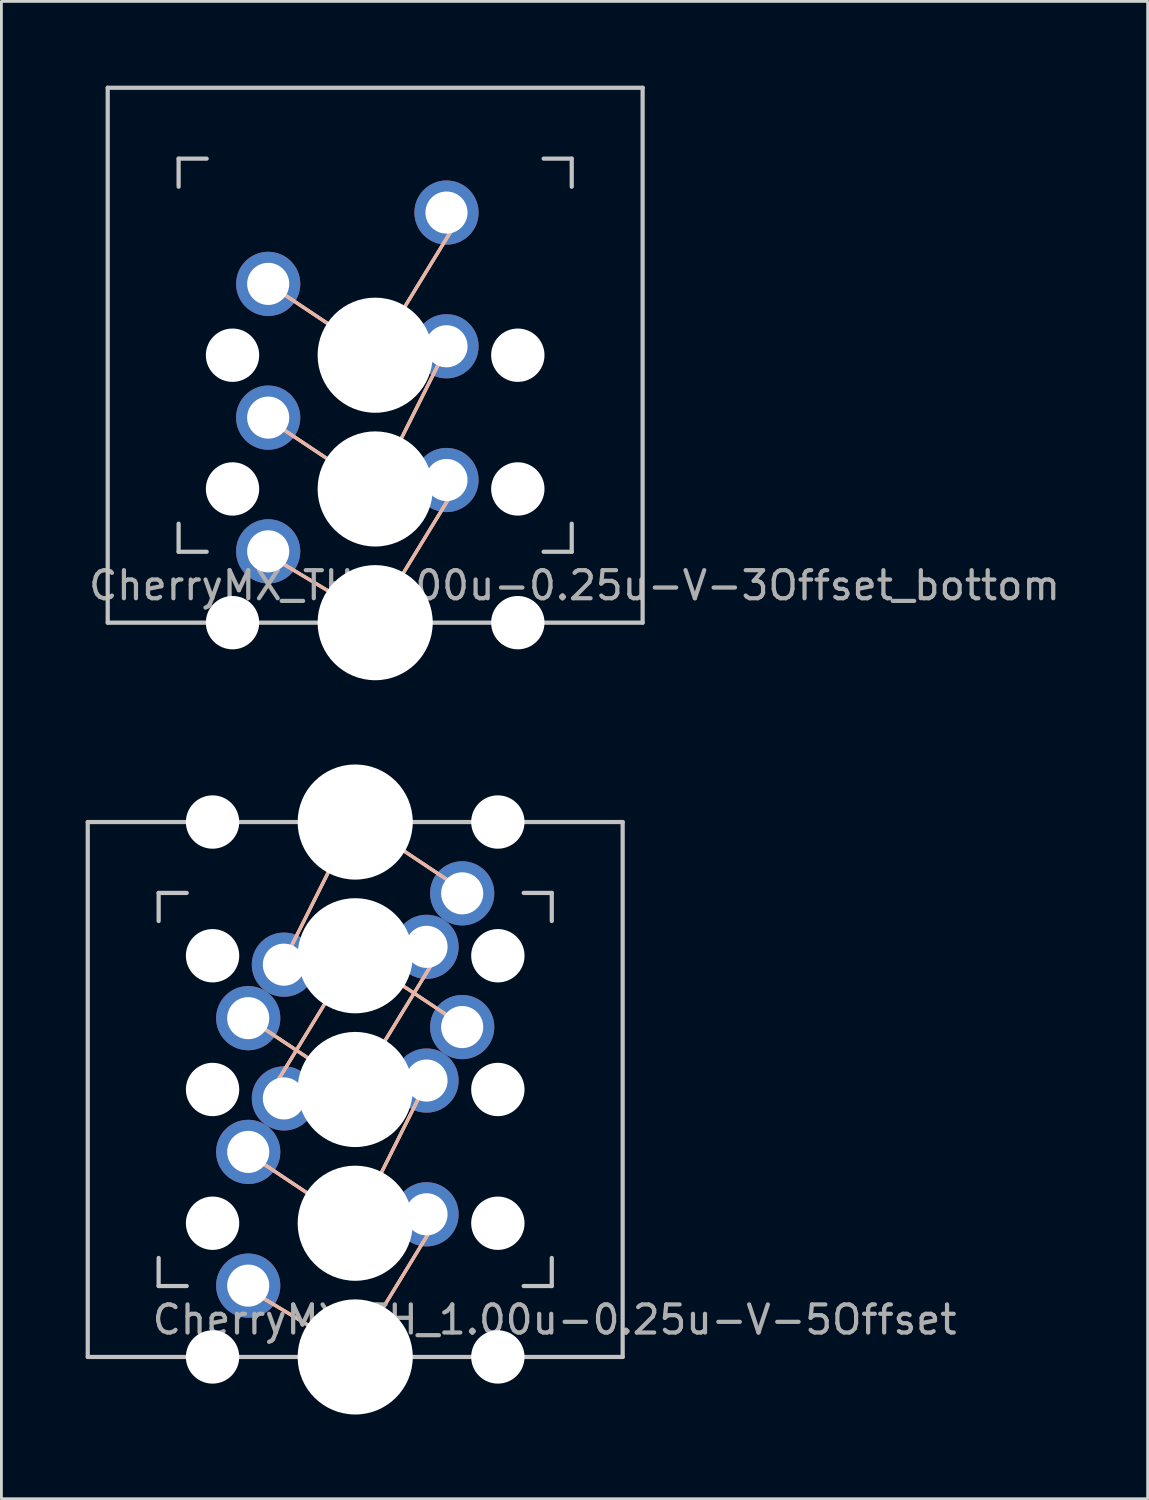
<source format=kicad_pcb>
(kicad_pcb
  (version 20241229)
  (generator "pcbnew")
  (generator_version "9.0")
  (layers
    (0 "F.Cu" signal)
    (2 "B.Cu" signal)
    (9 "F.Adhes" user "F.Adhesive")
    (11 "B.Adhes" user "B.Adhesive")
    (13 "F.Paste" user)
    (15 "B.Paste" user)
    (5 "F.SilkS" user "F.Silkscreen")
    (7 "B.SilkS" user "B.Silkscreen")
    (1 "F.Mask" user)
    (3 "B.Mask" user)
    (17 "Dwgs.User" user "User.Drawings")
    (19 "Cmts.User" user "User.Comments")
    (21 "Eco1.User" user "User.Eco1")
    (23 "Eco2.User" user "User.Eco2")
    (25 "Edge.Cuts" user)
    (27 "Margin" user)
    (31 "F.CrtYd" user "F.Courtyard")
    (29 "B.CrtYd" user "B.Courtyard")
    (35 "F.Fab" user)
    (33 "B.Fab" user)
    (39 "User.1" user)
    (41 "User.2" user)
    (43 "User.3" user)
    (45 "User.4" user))
  (footprint "CherryMX_TH_1.00u-0.25u-V-3Offset_bottom"
    (layer "F.Cu")
    (at 10.311 9.6)
    (property "Reference" "CherryMX_TH_1.00u-0.25u-V-3Offset_bottom" (at 7.1 8.2 0) (layer "F.Fab") (effects (font (size 1 1) (thickness 0.15))))
    (attr through_hole)
    (fp_line (start -3.81 -2.54) (end 0 0) (stroke (width 0.12) (type solid)) (layer "F.SilkS"))
    (fp_line (start 0 4.826) (end -3.81 2.286) (stroke (width 0.12) (type solid)) (layer "F.SilkS"))
    (fp_line (start 0 4.826) (end 2.54 -0.254) (stroke (width 0.12) (type solid)) (layer "F.SilkS"))
    (fp_line (start 0 9.398) (end -3.81 7.112) (stroke (width 0.12) (type solid)) (layer "F.SilkS"))
    (fp_line (start 0 9.398) (end 2.794 4.826) (stroke (width 0.12) (type solid)) (layer "F.SilkS"))
    (fp_line (start 2.794 -4.572) (end 0 0) (stroke (width 0.12) (type solid)) (layer "F.SilkS"))
    (fp_line (start -3.81 -2.54) (end 0 0) (stroke (width 0.12) (type solid)) (layer "B.SilkS"))
    (fp_line (start 0 4.826) (end -3.81 2.286) (stroke (width 0.12) (type solid)) (layer "B.SilkS"))
    (fp_line (start 0 9.398) (end -3.81 7.112) (stroke (width 0.12) (type solid)) (layer "B.SilkS"))
    (fp_line (start 0 9.398) (end 2.794 4.826) (stroke (width 0.12) (type solid)) (layer "B.SilkS"))
    (fp_line (start 2.54 -0.254) (end 0 4.826) (stroke (width 0.12) (type solid)) (layer "B.SilkS"))
    (fp_line (start 2.794 -4.572) (end 0 0) (stroke (width 0.12) (type solid)) (layer "B.SilkS"))
    (fp_line (start -9.525 -9.525) (end 9.525 -9.525) (stroke (width 0.15) (type solid)) (layer "Dwgs.User"))
    (fp_line (start -9.525 9.525) (end -9.525 -9.525) (stroke (width 0.15) (type solid)) (layer "Dwgs.User"))
    (fp_line (start -7 -7) (end -6 -7) (stroke (width 0.15) (type solid)) (layer "Dwgs.User"))
    (fp_line (start -7 -6) (end -7 -7) (stroke (width 0.15) (type solid)) (layer "Dwgs.User"))
    (fp_line (start -7 6) (end -7 7) (stroke (width 0.15) (type solid)) (layer "Dwgs.User"))
    (fp_line (start -7 7) (end -6 7) (stroke (width 0.15) (type solid)) (layer "Dwgs.User"))
    (fp_line (start 6 7) (end 7 7) (stroke (width 0.15) (type solid)) (layer "Dwgs.User"))
    (fp_line (start 7 -7) (end 6 -7) (stroke (width 0.15) (type solid)) (layer "Dwgs.User"))
    (fp_line (start 7 -7) (end 7 -6) (stroke (width 0.15) (type solid)) (layer "Dwgs.User"))
    (fp_line (start 7 7) (end 7 6) (stroke (width 0.15) (type solid)) (layer "Dwgs.User"))
    (fp_line (start 9.525 -9.525) (end 9.525 9.525) (stroke (width 0.15) (type solid)) (layer "Dwgs.User"))
    (fp_line (start 9.525 9.525) (end -9.525 9.525) (stroke (width 0.15) (type solid)) (layer "Dwgs.User"))
    (pad "" np_thru_hole circle (at -5.08 0) (size 1.9 1.9) (drill 1.9) (layers "*.Cu" "*.Mask"))
    (pad "" np_thru_hole circle (at -5.08 4.763) (size 1.9 1.9) (drill 1.9) (layers "*.Cu" "*.Mask"))
    (pad "" np_thru_hole circle (at -5.08 9.525) (size 1.9 1.9) (drill 1.9) (layers "*.Cu" "*.Mask"))
    (pad "" np_thru_hole circle (at 0 0 90) (size 4.1 4.1) (drill 4.1) (layers "*.Cu" "*.Mask"))
    (pad "" np_thru_hole circle (at 0 4.763 90) (size 4.1 4.1) (drill 4.1) (layers "*.Cu" "*.Mask"))
    (pad "" np_thru_hole circle (at 0 9.525 90) (size 4.1 4.1) (drill 4.1) (layers "*.Cu" "*.Mask"))
    (pad "" np_thru_hole circle (at 5.08 0) (size 1.9 1.9) (drill 1.9) (layers "*.Cu" "*.Mask"))
    (pad "" np_thru_hole circle (at 5.08 4.763) (size 1.9 1.9) (drill 1.9) (layers "*.Cu" "*.Mask"))
    (pad "" np_thru_hole circle (at 5.08 9.525) (size 1.9 1.9) (drill 1.9) (layers "*.Cu" "*.Mask"))
    (pad "1" thru_hole circle (at -3.81 -2.54) (size 2.286 2.286) (drill 1.499) (layers "*.Cu" "B.Mask"))
    (pad "1" thru_hole circle (at -3.81 2.223) (size 2.286 2.286) (drill 1.499) (layers "*.Cu" "B.Mask"))
    (pad "1" thru_hole circle (at -3.81 6.985) (size 2.286 2.286) (drill 1.499) (layers "*.Cu" "B.Mask"))
    (pad "2" thru_hole circle (at 2.54 -5.08) (size 2.286 2.286) (drill 1.499) (layers "*.Cu" "B.Mask"))
    (pad "2" thru_hole circle (at 2.54 -0.318) (size 2.286 2.286) (drill 1.499) (layers "*.Cu" "B.Mask"))
    (pad "2" thru_hole circle (at 2.54 4.445) (size 2.286 2.286) (drill 1.499) (layers "*.Cu" "B.Mask")))
  (footprint "CherryMX_TH_1.00u-0.25u-V-5Offset"
    (layer "F.Cu")
    (at 9.6 35.75)
    (property "Reference" "CherryMX_TH_1.00u-0.25u-V-5Offset" (at 7.1 8.2 0) (layer "F.Fab") (effects (font (size 1 1) (thickness 0.15))))
    (attr through_hole)
    (fp_line (start -3.81 -2.54) (end 0 0) (stroke (width 0.12) (type solid)) (layer "F.SilkS"))
    (fp_line (start -2.54 -4.572) (end 0 -9.652) (stroke (width 0.12) (type solid)) (layer "F.SilkS"))
    (fp_line (start 0 -4.826) (end -2.794 -0.254) (stroke (width 0.12) (type solid)) (layer "F.SilkS"))
    (fp_line (start 0 -4.826) (end 3.81 -2.286) (stroke (width 0.12) (type solid)) (layer "F.SilkS"))
    (fp_line (start 0 4.826) (end -3.81 2.286) (stroke (width 0.12) (type solid)) (layer "F.SilkS"))
    (fp_line (start 0 4.826) (end 2.54 -0.254) (stroke (width 0.12) (type solid)) (layer "F.SilkS"))
    (fp_line (start 0 9.398) (end -3.81 7.112) (stroke (width 0.12) (type solid)) (layer "F.SilkS"))
    (fp_line (start 0 9.398) (end 2.794 4.826) (stroke (width 0.12) (type solid)) (layer "F.SilkS"))
    (fp_line (start 2.794 -4.572) (end 0 0) (stroke (width 0.12) (type solid)) (layer "F.SilkS"))
    (fp_line (start 3.81 -7.112) (end 0 -9.652) (stroke (width 0.12) (type solid)) (layer "F.SilkS"))
    (fp_line (start -3.81 -2.54) (end 0 0) (stroke (width 0.12) (type solid)) (layer "B.SilkS"))
    (fp_line (start 0 -9.652) (end -2.54 -4.572) (stroke (width 0.12) (type solid)) (layer "B.SilkS"))
    (fp_line (start 0 -9.652) (end 3.81 -7.112) (stroke (width 0.12) (type solid)) (layer "B.SilkS"))
    (fp_line (start 0 -4.826) (end -2.794 -0.254) (stroke (width 0.12) (type solid)) (layer "B.SilkS"))
    (fp_line (start 0 -4.826) (end 3.81 -2.286) (stroke (width 0.12) (type solid)) (layer "B.SilkS"))
    (fp_line (start 0 4.826) (end -3.81 2.286) (stroke (width 0.12) (type solid)) (layer "B.SilkS"))
    (fp_line (start 0 9.398) (end -3.81 7.112) (stroke (width 0.12) (type solid)) (layer "B.SilkS"))
    (fp_line (start 0 9.398) (end 2.794 4.826) (stroke (width 0.12) (type solid)) (layer "B.SilkS"))
    (fp_line (start 2.54 -0.254) (end 0 4.826) (stroke (width 0.12) (type solid)) (layer "B.SilkS"))
    (fp_line (start 2.794 -4.572) (end 0 0) (stroke (width 0.12) (type solid)) (layer "B.SilkS"))
    (fp_line (start -9.525 -9.525) (end 9.525 -9.525) (stroke (width 0.15) (type solid)) (layer "Dwgs.User"))
    (fp_line (start -9.525 9.525) (end -9.525 -9.525) (stroke (width 0.15) (type solid)) (layer "Dwgs.User"))
    (fp_line (start -7 -7) (end -6 -7) (stroke (width 0.15) (type solid)) (layer "Dwgs.User"))
    (fp_line (start -7 -6) (end -7 -7) (stroke (width 0.15) (type solid)) (layer "Dwgs.User"))
    (fp_line (start -7 6) (end -7 7) (stroke (width 0.15) (type solid)) (layer "Dwgs.User"))
    (fp_line (start -7 7) (end -6 7) (stroke (width 0.15) (type solid)) (layer "Dwgs.User"))
    (fp_line (start 6 7) (end 7 7) (stroke (width 0.15) (type solid)) (layer "Dwgs.User"))
    (fp_line (start 7 -7) (end 6 -7) (stroke (width 0.15) (type solid)) (layer "Dwgs.User"))
    (fp_line (start 7 -7) (end 7 -6) (stroke (width 0.15) (type solid)) (layer "Dwgs.User"))
    (fp_line (start 7 7) (end 7 6) (stroke (width 0.15) (type solid)) (layer "Dwgs.User"))
    (fp_line (start 9.525 -9.525) (end 9.525 9.525) (stroke (width 0.15) (type solid)) (layer "Dwgs.User"))
    (fp_line (start 9.525 9.525) (end -9.525 9.525) (stroke (width 0.15) (type solid)) (layer "Dwgs.User"))
    (pad "" np_thru_hole circle (at -5.08 -9.525 180) (size 1.9 1.9) (drill 1.9) (layers "*.Cu" "*.Mask"))
    (pad "" np_thru_hole circle (at -5.08 -4.763 180) (size 1.9 1.9) (drill 1.9) (layers "*.Cu" "*.Mask"))
    (pad "" np_thru_hole circle (at -5.08 0) (size 1.9 1.9) (drill 1.9) (layers "*.Cu" "*.Mask"))
    (pad "" np_thru_hole circle (at -5.08 4.763) (size 1.9 1.9) (drill 1.9) (layers "*.Cu" "*.Mask"))
    (pad "" np_thru_hole circle (at -5.08 9.525) (size 1.9 1.9) (drill 1.9) (layers "*.Cu" "*.Mask"))
    (pad "" np_thru_hole circle (at 0 -9.525 270) (size 4.1 4.1) (drill 4.1) (layers "*.Cu" "*.Mask"))
    (pad "" np_thru_hole circle (at 0 -4.763 270) (size 4.1 4.1) (drill 4.1) (layers "*.Cu" "*.Mask"))
    (pad "" np_thru_hole circle (at 0 0 90) (size 4.1 4.1) (drill 4.1) (layers "*.Cu" "*.Mask"))
    (pad "" np_thru_hole circle (at 0 4.763 90) (size 4.1 4.1) (drill 4.1) (layers "*.Cu" "*.Mask"))
    (pad "" np_thru_hole circle (at 0 9.525 90) (size 4.1 4.1) (drill 4.1) (layers "*.Cu" "*.Mask"))
    (pad "" np_thru_hole circle (at 5.08 -9.525 180) (size 1.9 1.9) (drill 1.9) (layers "*.Cu" "*.Mask"))
    (pad "" np_thru_hole circle (at 5.08 -4.763 180) (size 1.9 1.9) (drill 1.9) (layers "*.Cu" "*.Mask"))
    (pad "" np_thru_hole circle (at 5.08 0) (size 1.9 1.9) (drill 1.9) (layers "*.Cu" "*.Mask"))
    (pad "" np_thru_hole circle (at 5.08 4.763) (size 1.9 1.9) (drill 1.9) (layers "*.Cu" "*.Mask"))
    (pad "" np_thru_hole circle (at 5.08 9.525) (size 1.9 1.9) (drill 1.9) (layers "*.Cu" "*.Mask"))
    (pad "1" thru_hole circle (at -3.81 -2.54) (size 2.286 2.286) (drill 1.499) (layers "*.Cu" "B.Mask"))
    (pad "1" thru_hole circle (at -3.81 2.223) (size 2.286 2.286) (drill 1.499) (layers "*.Cu" "B.Mask"))
    (pad "1" thru_hole circle (at -3.81 6.985) (size 2.286 2.286) (drill 1.499) (layers "*.Cu" "B.Mask"))
    (pad "1" thru_hole circle (at -2.54 -4.445 180) (size 2.286 2.286) (drill 1.499) (layers "*.Cu" "B.Mask"))
    (pad "1" thru_hole circle (at -2.54 0.318 180) (size 2.286 2.286) (drill 1.499) (layers "*.Cu" "B.Mask"))
    (pad "2" thru_hole circle (at 2.54 -5.08) (size 2.286 2.286) (drill 1.499) (layers "*.Cu" "B.Mask"))
    (pad "2" thru_hole circle (at 2.54 -0.318) (size 2.286 2.286) (drill 1.499) (layers "*.Cu" "B.Mask"))
    (pad "2" thru_hole circle (at 2.54 4.445) (size 2.286 2.286) (drill 1.499) (layers "*.Cu" "B.Mask"))
    (pad "2" thru_hole circle (at 3.81 -6.985 180) (size 2.286 2.286) (drill 1.499) (layers "*.Cu" "B.Mask"))
    (pad "2" thru_hole circle (at 3.81 -2.223 180) (size 2.286 2.286) (drill 1.499) (layers "*.Cu" "B.Mask")))
  (gr_rect
    (start -3 -3)
    (end 37.821 50.325)
    (stroke (width 0.1) (type default))
    (fill no)
    (layer "Edge.Cuts")))
</source>
